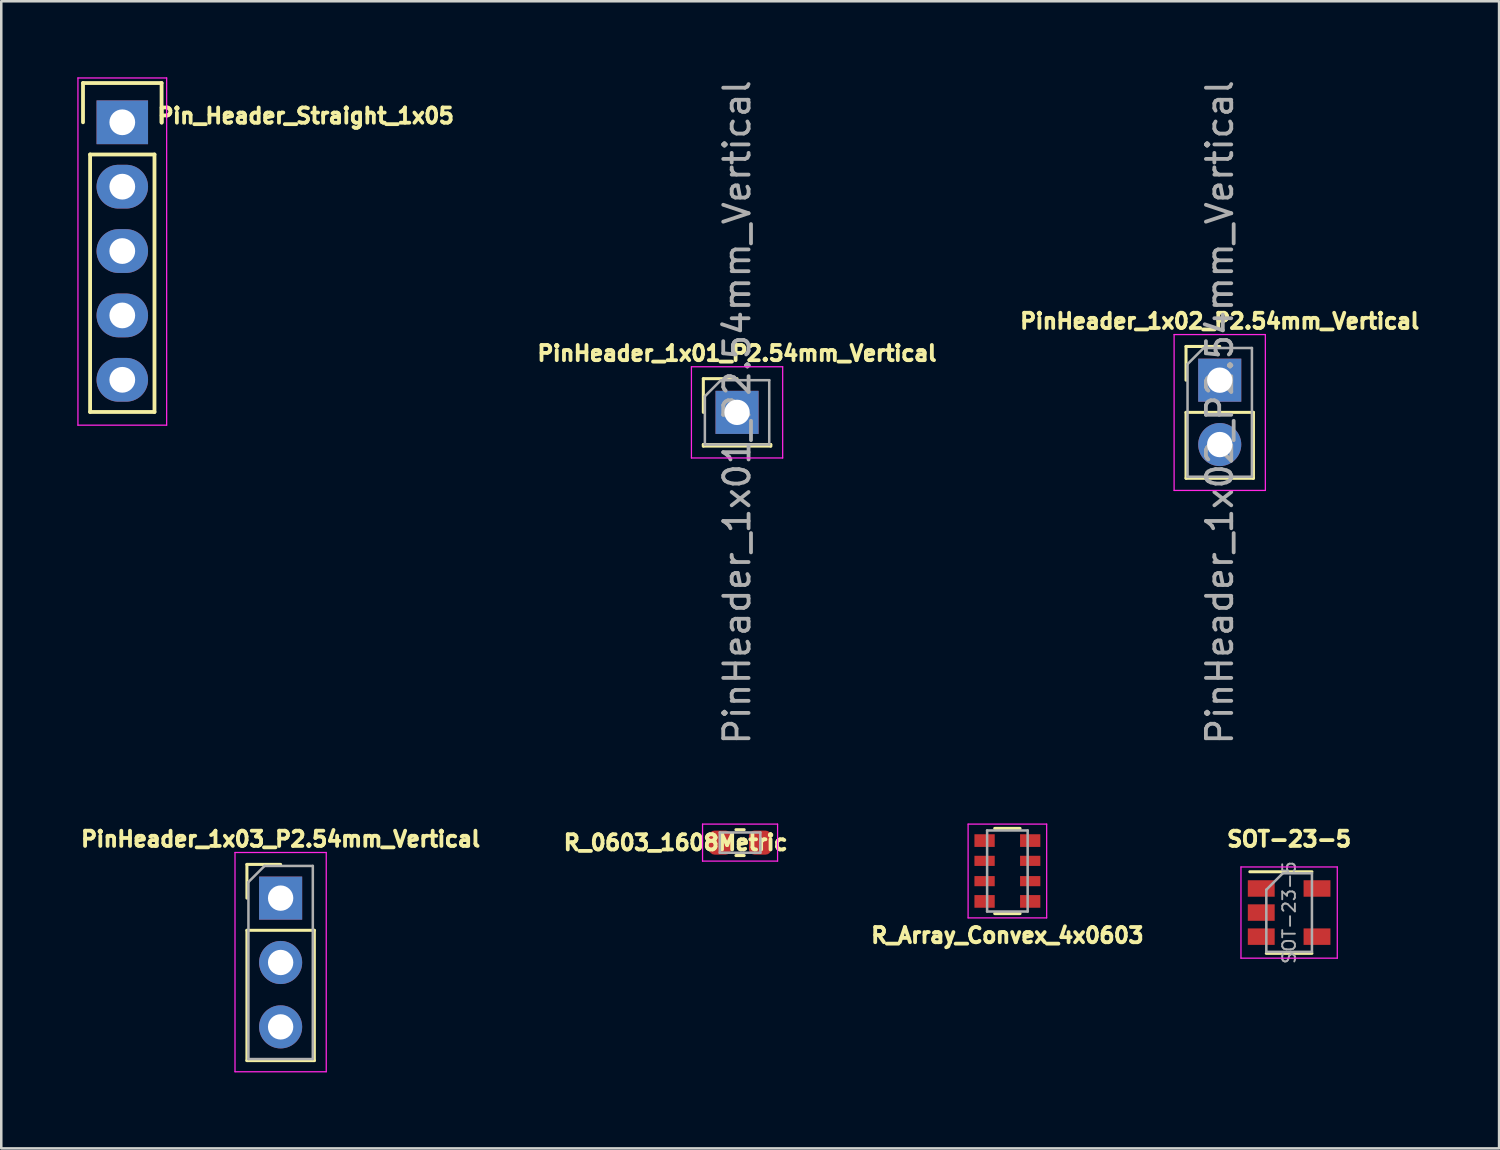
<source format=kicad_pcb>
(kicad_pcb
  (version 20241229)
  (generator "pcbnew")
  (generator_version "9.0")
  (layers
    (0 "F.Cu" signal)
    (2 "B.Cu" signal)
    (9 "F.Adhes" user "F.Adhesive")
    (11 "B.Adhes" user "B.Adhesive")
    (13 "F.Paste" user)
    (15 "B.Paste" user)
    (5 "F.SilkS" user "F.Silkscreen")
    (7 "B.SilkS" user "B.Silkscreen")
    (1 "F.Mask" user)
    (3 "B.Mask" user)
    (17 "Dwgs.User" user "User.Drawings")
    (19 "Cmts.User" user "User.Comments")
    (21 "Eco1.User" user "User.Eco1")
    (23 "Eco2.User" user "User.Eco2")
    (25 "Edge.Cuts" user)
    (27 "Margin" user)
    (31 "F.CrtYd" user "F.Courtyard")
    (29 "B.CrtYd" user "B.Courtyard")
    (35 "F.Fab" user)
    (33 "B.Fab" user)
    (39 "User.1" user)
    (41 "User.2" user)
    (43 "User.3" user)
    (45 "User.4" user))
  (footprint "Pin_Header_Straight_1x05"
    (layer "F.Cu")
    (at 1.775 1.775)
    (property "Reference" "Pin_Header_Straight_1x05" (at 7.239 -0.254 0) (layer "F.SilkS") (effects (font (size 0.6 0.6) (thickness 0.15))))
    (attr through_hole)
    (fp_line (start -1.55 -1.55) (end 1.55 -1.55) (stroke (width 0.15) (type solid)) (layer "F.SilkS"))
    (fp_line (start -1.55 0) (end -1.55 -1.55) (stroke (width 0.15) (type solid)) (layer "F.SilkS"))
    (fp_line (start -1.27 11.43) (end -1.27 1.27) (stroke (width 0.15) (type solid)) (layer "F.SilkS"))
    (fp_line (start 1.27 1.27) (end -1.27 1.27) (stroke (width 0.15) (type solid)) (layer "F.SilkS"))
    (fp_line (start 1.27 1.27) (end 1.27 11.43) (stroke (width 0.15) (type solid)) (layer "F.SilkS"))
    (fp_line (start 1.27 11.43) (end -1.27 11.43) (stroke (width 0.15) (type solid)) (layer "F.SilkS"))
    (fp_line (start 1.55 -1.55) (end 1.55 0) (stroke (width 0.15) (type solid)) (layer "F.SilkS"))
    (fp_line (start -1.75 -1.75) (end -1.75 11.95) (stroke (width 0.05) (type solid)) (layer "F.CrtYd"))
    (fp_line (start -1.75 -1.75) (end 1.75 -1.75) (stroke (width 0.05) (type solid)) (layer "F.CrtYd"))
    (fp_line (start -1.75 11.95) (end 1.75 11.95) (stroke (width 0.05) (type solid)) (layer "F.CrtYd"))
    (fp_line (start 1.75 -1.75) (end 1.75 11.95) (stroke (width 0.05) (type solid)) (layer "F.CrtYd"))
    (pad "1" thru_hole rect (at 0 0) (size 2.032 1.727) (drill 1.016) (layers "*.Cu" "*.Mask"))
    (pad "2" thru_hole oval (at 0 2.54) (size 2.032 1.727) (drill 1.016) (layers "*.Cu" "*.Mask"))
    (pad "3" thru_hole oval (at 0 5.08) (size 2.032 1.727) (drill 1.016) (layers "*.Cu" "*.Mask"))
    (pad "4" thru_hole oval (at 0 7.62) (size 2.032 1.727) (drill 1.016) (layers "*.Cu" "*.Mask"))
    (pad "5" thru_hole oval (at 0 10.16) (size 2.032 1.727) (drill 1.016) (layers "*.Cu" "*.Mask")))
  (footprint "R_0603_1608Metric"
    (layer "F.Cu")
    (at 26.149 30.195)
    (property "Reference" "R_0603_1608Metric" (at -2.54 0 180) (layer "F.SilkS") (effects (font (size 0.6 0.6) (thickness 0.15))))
    (attr smd)
    (fp_line (start -0.163 -0.51) (end 0.163 -0.51) (stroke (width 0.12) (type solid)) (layer "F.SilkS"))
    (fp_line (start -0.163 0.51) (end 0.163 0.51) (stroke (width 0.12) (type solid)) (layer "F.SilkS"))
    (fp_line (start -1.48 -0.73) (end 1.48 -0.73) (stroke (width 0.05) (type solid)) (layer "F.CrtYd"))
    (fp_line (start -1.48 0.73) (end -1.48 -0.73) (stroke (width 0.05) (type solid)) (layer "F.CrtYd"))
    (fp_line (start 1.48 -0.73) (end 1.48 0.73) (stroke (width 0.05) (type solid)) (layer "F.CrtYd"))
    (fp_line (start 1.48 0.73) (end -1.48 0.73) (stroke (width 0.05) (type solid)) (layer "F.CrtYd"))
    (fp_line (start -0.8 -0.4) (end 0.8 -0.4) (stroke (width 0.1) (type solid)) (layer "F.Fab"))
    (fp_line (start -0.8 0.4) (end -0.8 -0.4) (stroke (width 0.1) (type solid)) (layer "F.Fab"))
    (fp_line (start 0.8 -0.4) (end 0.8 0.4) (stroke (width 0.1) (type solid)) (layer "F.Fab"))
    (fp_line (start 0.8 0.4) (end -0.8 0.4) (stroke (width 0.1) (type solid)) (layer "F.Fab"))
    (pad "1" smd roundrect (at -0.787 0) (size 0.875 0.95) (layers "F.Cu" "F.Mask" "F.Paste") (roundrect_rratio 0.25))
    (pad "2" smd roundrect (at 0.787 0) (size 0.875 0.95) (layers "F.Cu" "F.Mask" "F.Paste") (roundrect_rratio 0.25)))
  (footprint "PinHeader_1x02_P2.54mm_Vertical"
    (layer "F.Cu")
    (at 45.074 11.95)
    (property "Reference" "PinHeader_1x02_P2.54mm_Vertical" (at 0 -2.33 0) (layer "F.SilkS") (effects (font (size 0.6 0.6) (thickness 0.15))))
    (attr through_hole)
    (fp_line (start -1.33 -1.33) (end 0 -1.33) (stroke (width 0.12) (type solid)) (layer "F.SilkS"))
    (fp_line (start -1.33 0) (end -1.33 -1.33) (stroke (width 0.12) (type solid)) (layer "F.SilkS"))
    (fp_line (start -1.33 1.27) (end -1.33 3.87) (stroke (width 0.12) (type solid)) (layer "F.SilkS"))
    (fp_line (start -1.33 1.27) (end 1.33 1.27) (stroke (width 0.12) (type solid)) (layer "F.SilkS"))
    (fp_line (start -1.33 3.87) (end 1.33 3.87) (stroke (width 0.12) (type solid)) (layer "F.SilkS"))
    (fp_line (start 1.33 1.27) (end 1.33 3.87) (stroke (width 0.12) (type solid)) (layer "F.SilkS"))
    (fp_line (start -1.8 -1.8) (end -1.8 4.35) (stroke (width 0.05) (type solid)) (layer "F.CrtYd"))
    (fp_line (start -1.8 4.35) (end 1.8 4.35) (stroke (width 0.05) (type solid)) (layer "F.CrtYd"))
    (fp_line (start 1.8 -1.8) (end -1.8 -1.8) (stroke (width 0.05) (type solid)) (layer "F.CrtYd"))
    (fp_line (start 1.8 4.35) (end 1.8 -1.8) (stroke (width 0.05) (type solid)) (layer "F.CrtYd"))
    (fp_line (start -1.27 -0.635) (end -0.635 -1.27) (stroke (width 0.1) (type solid)) (layer "F.Fab"))
    (fp_line (start -1.27 3.81) (end -1.27 -0.635) (stroke (width 0.1) (type solid)) (layer "F.Fab"))
    (fp_line (start -0.635 -1.27) (end 1.27 -1.27) (stroke (width 0.1) (type solid)) (layer "F.Fab"))
    (fp_line (start 1.27 -1.27) (end 1.27 3.81) (stroke (width 0.1) (type solid)) (layer "F.Fab"))
    (fp_line (start 1.27 3.81) (end -1.27 3.81) (stroke (width 0.1) (type solid)) (layer "F.Fab"))
    (fp_text user "${REFERENCE}" (at 0 1.27 270) (layer "F.Fab") (effects (font (size 1 1) (thickness 0.15))))
    (pad "1" thru_hole rect (at 0 0) (size 1.7 1.7) (drill 1) (layers "*.Cu" "*.Mask"))
    (pad "2" thru_hole oval (at 0 2.54) (size 1.7 1.7) (drill 1) (layers "*.Cu" "*.Mask")))
  (footprint "PinHeader_1x03_P2.54mm_Vertical"
    (layer "F.Cu")
    (at 8.022 32.385)
    (property "Reference" "PinHeader_1x03_P2.54mm_Vertical" (at 0 -2.33 0) (layer "F.SilkS") (effects (font (size 0.6 0.6) (thickness 0.15))))
    (attr through_hole)
    (fp_line (start -1.33 -1.33) (end 0 -1.33) (stroke (width 0.12) (type solid)) (layer "F.SilkS"))
    (fp_line (start -1.33 0) (end -1.33 -1.33) (stroke (width 0.12) (type solid)) (layer "F.SilkS"))
    (fp_line (start -1.33 1.27) (end -1.33 6.41) (stroke (width 0.12) (type solid)) (layer "F.SilkS"))
    (fp_line (start -1.33 1.27) (end 1.33 1.27) (stroke (width 0.12) (type solid)) (layer "F.SilkS"))
    (fp_line (start -1.33 6.41) (end 1.33 6.41) (stroke (width 0.12) (type solid)) (layer "F.SilkS"))
    (fp_line (start 1.33 1.27) (end 1.33 6.41) (stroke (width 0.12) (type solid)) (layer "F.SilkS"))
    (fp_line (start -1.8 -1.8) (end -1.8 6.85) (stroke (width 0.05) (type solid)) (layer "F.CrtYd"))
    (fp_line (start -1.8 6.85) (end 1.8 6.85) (stroke (width 0.05) (type solid)) (layer "F.CrtYd"))
    (fp_line (start 1.8 -1.8) (end -1.8 -1.8) (stroke (width 0.05) (type solid)) (layer "F.CrtYd"))
    (fp_line (start 1.8 6.85) (end 1.8 -1.8) (stroke (width 0.05) (type solid)) (layer "F.CrtYd"))
    (fp_line (start -1.27 -0.635) (end -0.635 -1.27) (stroke (width 0.1) (type solid)) (layer "F.Fab"))
    (fp_line (start -1.27 6.35) (end -1.27 -0.635) (stroke (width 0.1) (type solid)) (layer "F.Fab"))
    (fp_line (start -0.635 -1.27) (end 1.27 -1.27) (stroke (width 0.1) (type solid)) (layer "F.Fab"))
    (fp_line (start 1.27 -1.27) (end 1.27 6.35) (stroke (width 0.1) (type solid)) (layer "F.Fab"))
    (fp_line (start 1.27 6.35) (end -1.27 6.35) (stroke (width 0.1) (type solid)) (layer "F.Fab"))
    (pad "1" thru_hole rect (at 0 0) (size 1.7 1.7) (drill 1) (layers "*.Cu" "*.Mask"))
    (pad "2" thru_hole oval (at 0 2.54) (size 1.7 1.7) (drill 1) (layers "*.Cu" "*.Mask"))
    (pad "3" thru_hole oval (at 0 5.08) (size 1.7 1.7) (drill 1) (layers "*.Cu" "*.Mask")))
  (footprint "SOT-23-5"
    (layer "F.Cu")
    (at 47.812 32.955)
    (property "Reference" "SOT-23-5" (at 0 -2.9 0) (layer "F.SilkS") (effects (font (size 0.6 0.6) (thickness 0.15))))
    (attr smd)
    (fp_line (start -0.9 1.61) (end 0.9 1.61) (stroke (width 0.12) (type solid)) (layer "F.SilkS"))
    (fp_line (start 0.9 -1.61) (end -1.55 -1.61) (stroke (width 0.12) (type solid)) (layer "F.SilkS"))
    (fp_line (start -1.9 -1.8) (end 1.9 -1.8) (stroke (width 0.05) (type solid)) (layer "F.CrtYd"))
    (fp_line (start -1.9 1.8) (end -1.9 -1.8) (stroke (width 0.05) (type solid)) (layer "F.CrtYd"))
    (fp_line (start 1.9 -1.8) (end 1.9 1.8) (stroke (width 0.05) (type solid)) (layer "F.CrtYd"))
    (fp_line (start 1.9 1.8) (end -1.9 1.8) (stroke (width 0.05) (type solid)) (layer "F.CrtYd"))
    (fp_line (start -0.9 -0.9) (end -0.9 1.55) (stroke (width 0.1) (type solid)) (layer "F.Fab"))
    (fp_line (start -0.9 -0.9) (end -0.25 -1.55) (stroke (width 0.1) (type solid)) (layer "F.Fab"))
    (fp_line (start 0.9 -1.55) (end -0.25 -1.55) (stroke (width 0.1) (type solid)) (layer "F.Fab"))
    (fp_line (start 0.9 -1.55) (end 0.9 1.55) (stroke (width 0.1) (type solid)) (layer "F.Fab"))
    (fp_line (start 0.9 1.55) (end -0.9 1.55) (stroke (width 0.1) (type solid)) (layer "F.Fab"))
    (fp_text user "${REFERENCE}" (at 0 0 90) (layer "F.Fab") (effects (font (size 0.5 0.5) (thickness 0.075))))
    (pad "1" smd rect (at -1.1 -0.95) (size 1.06 0.65) (layers "F.Cu" "F.Mask" "F.Paste"))
    (pad "2" smd rect (at -1.1 0) (size 1.06 0.65) (layers "F.Cu" "F.Mask" "F.Paste"))
    (pad "3" smd rect (at -1.1 0.95) (size 1.06 0.65) (layers "F.Cu" "F.Mask" "F.Paste"))
    (pad "4" smd rect (at 1.1 0.95) (size 1.06 0.65) (layers "F.Cu" "F.Mask" "F.Paste"))
    (pad "5" smd rect (at 1.1 -0.95) (size 1.06 0.65) (layers "F.Cu" "F.Mask" "F.Paste")))
  (footprint "PinHeader_1x01_P2.54mm_Vertical"
    (layer "F.Cu")
    (at 26.03 13.22)
    (property "Reference" "PinHeader_1x01_P2.54mm_Vertical" (at 0 -2.33 0) (layer "F.SilkS") (effects (font (size 0.6 0.6) (thickness 0.15))))
    (attr through_hole)
    (fp_line (start -1.33 -1.33) (end 0 -1.33) (stroke (width 0.12) (type solid)) (layer "F.SilkS"))
    (fp_line (start -1.33 0) (end -1.33 -1.33) (stroke (width 0.12) (type solid)) (layer "F.SilkS"))
    (fp_line (start -1.33 1.27) (end -1.33 1.33) (stroke (width 0.12) (type solid)) (layer "F.SilkS"))
    (fp_line (start -1.33 1.27) (end 1.33 1.27) (stroke (width 0.12) (type solid)) (layer "F.SilkS"))
    (fp_line (start -1.33 1.33) (end 1.33 1.33) (stroke (width 0.12) (type solid)) (layer "F.SilkS"))
    (fp_line (start 1.33 1.27) (end 1.33 1.33) (stroke (width 0.12) (type solid)) (layer "F.SilkS"))
    (fp_line (start -1.8 -1.8) (end -1.8 1.8) (stroke (width 0.05) (type solid)) (layer "F.CrtYd"))
    (fp_line (start -1.8 1.8) (end 1.8 1.8) (stroke (width 0.05) (type solid)) (layer "F.CrtYd"))
    (fp_line (start 1.8 -1.8) (end -1.8 -1.8) (stroke (width 0.05) (type solid)) (layer "F.CrtYd"))
    (fp_line (start 1.8 1.8) (end 1.8 -1.8) (stroke (width 0.05) (type solid)) (layer "F.CrtYd"))
    (fp_line (start -1.27 -0.635) (end -0.635 -1.27) (stroke (width 0.1) (type solid)) (layer "F.Fab"))
    (fp_line (start -1.27 1.27) (end -1.27 -0.635) (stroke (width 0.1) (type solid)) (layer "F.Fab"))
    (fp_line (start -0.635 -1.27) (end 1.27 -1.27) (stroke (width 0.1) (type solid)) (layer "F.Fab"))
    (fp_line (start 1.27 -1.27) (end 1.27 1.27) (stroke (width 0.1) (type solid)) (layer "F.Fab"))
    (fp_line (start 1.27 1.27) (end -1.27 1.27) (stroke (width 0.1) (type solid)) (layer "F.Fab"))
    (fp_text user "${REFERENCE}" (at 0 0 90) (layer "F.Fab") (effects (font (size 1 1) (thickness 0.15))))
    (pad "1" thru_hole rect (at 0 0) (size 1.7 1.7) (drill 1) (layers "*.Cu" "*.Mask")))
  (footprint "R_Array_Convex_4x0603"
    (layer "F.Cu")
    (at 36.696 31.315)
    (property "Reference" "R_Array_Convex_4x0603" (at 0 2.54 180) (layer "F.SilkS") (effects (font (size 0.6 0.6) (thickness 0.15))))
    (attr smd)
    (fp_line (start 0.5 -1.68) (end -0.5 -1.68) (stroke (width 0.12) (type solid)) (layer "F.SilkS"))
    (fp_line (start 0.5 1.68) (end -0.5 1.68) (stroke (width 0.12) (type solid)) (layer "F.SilkS"))
    (fp_line (start -1.55 -1.85) (end -1.55 1.85) (stroke (width 0.05) (type solid)) (layer "F.CrtYd"))
    (fp_line (start -1.55 -1.85) (end 1.55 -1.85) (stroke (width 0.05) (type solid)) (layer "F.CrtYd"))
    (fp_line (start 1.55 1.85) (end -1.55 1.85) (stroke (width 0.05) (type solid)) (layer "F.CrtYd"))
    (fp_line (start 1.55 1.85) (end 1.55 -1.85) (stroke (width 0.05) (type solid)) (layer "F.CrtYd"))
    (fp_line (start -0.8 -1.6) (end 0.8 -1.6) (stroke (width 0.1) (type solid)) (layer "F.Fab"))
    (fp_line (start -0.8 1.6) (end -0.8 -1.6) (stroke (width 0.1) (type solid)) (layer "F.Fab"))
    (fp_line (start 0.8 -1.6) (end 0.8 1.6) (stroke (width 0.1) (type solid)) (layer "F.Fab"))
    (fp_line (start 0.8 1.6) (end -0.8 1.6) (stroke (width 0.1) (type solid)) (layer "F.Fab"))
    (pad "1" smd rect (at -0.9 -1.2) (size 0.8 0.5) (layers "F.Cu" "F.Mask" "F.Paste"))
    (pad "2" smd rect (at -0.9 -0.4) (size 0.8 0.4) (layers "F.Cu" "F.Mask" "F.Paste"))
    (pad "3" smd rect (at -0.9 0.4) (size 0.8 0.4) (layers "F.Cu" "F.Mask" "F.Paste"))
    (pad "4" smd rect (at -0.9 1.2) (size 0.8 0.5) (layers "F.Cu" "F.Mask" "F.Paste"))
    (pad "5" smd rect (at 0.9 1.2) (size 0.8 0.5) (layers "F.Cu" "F.Mask" "F.Paste"))
    (pad "6" smd rect (at 0.9 0.4) (size 0.8 0.4) (layers "F.Cu" "F.Mask" "F.Paste"))
    (pad "7" smd rect (at 0.9 -0.4) (size 0.8 0.4) (layers "F.Cu" "F.Mask" "F.Paste"))
    (pad "8" smd rect (at 0.9 -1.2) (size 0.8 0.5) (layers "F.Cu" "F.Mask" "F.Paste")))
  (gr_rect
    (start -3 -3)
    (end 56.096 42.26)
    (stroke (width 0.1) (type default))
    (fill no)
    (layer "Edge.Cuts")))
</source>
